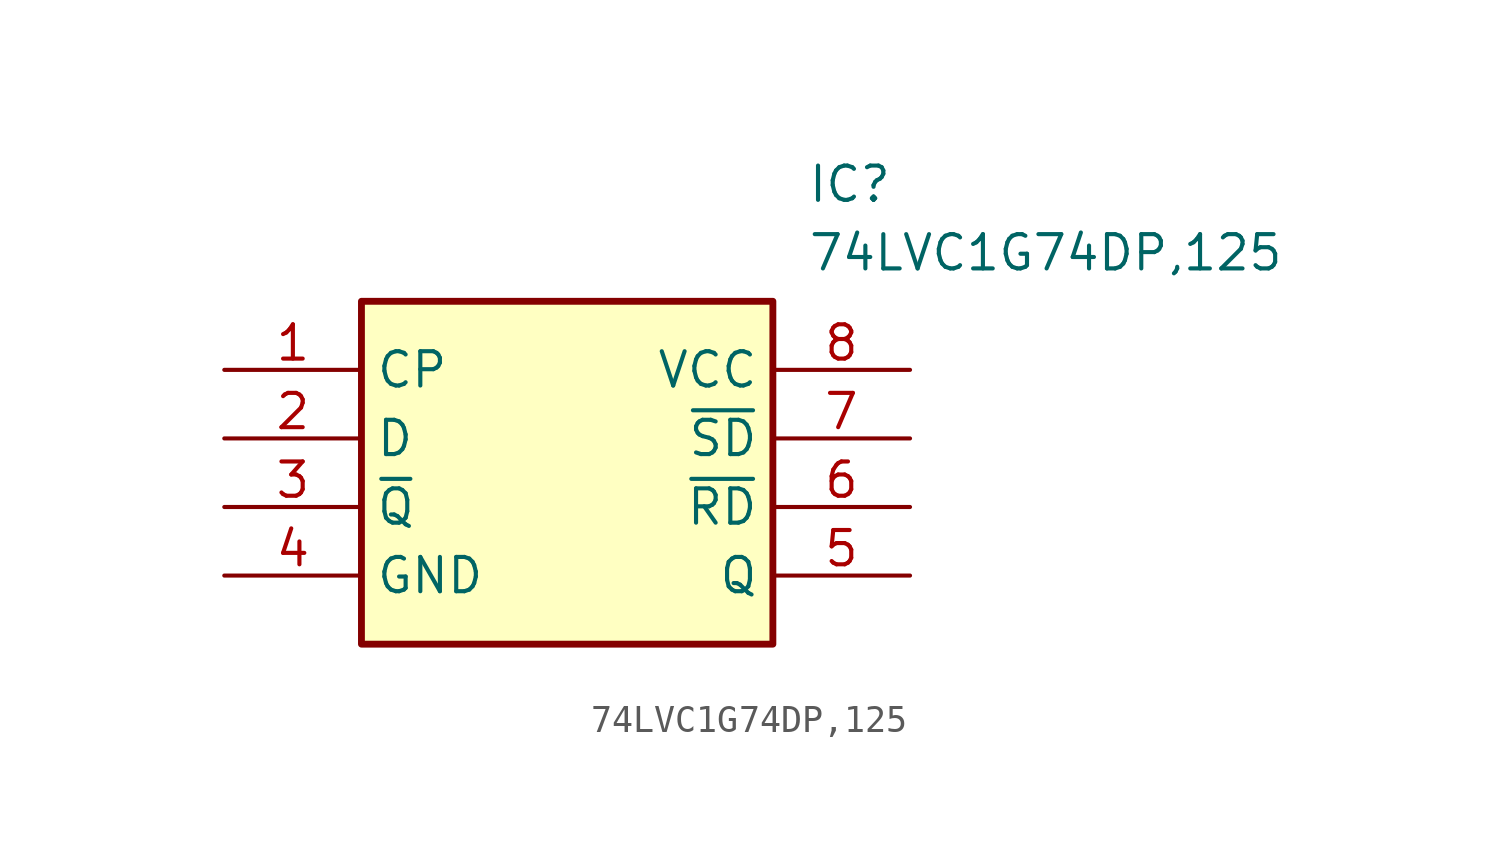
<source format=kicad_sym>
(kicad_symbol_lib
  (version 20220914)
  (generator SamacSys_ECAD_Model)
  (symbol "74LVC1G74DP,125"
    (property "Reference" "IC"
      (at 21.59 7.62 0)
      (effects (font (size 1.27 1.27)) (justify left top)))
    (property "Value" "74LVC1G74DP,125"
      (at 21.59 5.08 0)
      (effects (font (size 1.27 1.27)) (justify left top)))
    (rectangle
      (start 5.08 2.54)
      (end 20.32 -10.16)
      (stroke (width 0.254) (type default))
      (fill (type background)))
    (pin passive line
      (at 0 0 0)
      (length 5.08)
      (name "CP" (effects (font (size 1.27 1.27))))
      (number "1" (effects (font (size 1.27 1.27)))))
    (pin passive line
      (at 0 -2.54 0)
      (length 5.08)
      (name "D" (effects (font (size 1.27 1.27))))
      (number "2" (effects (font (size 1.27 1.27)))))
    (pin passive line
      (at 0 -5.08 0)
      (length 5.08)
      (name "~{Q}" (effects (font (size 1.27 1.27))))
      (number "3" (effects (font (size 1.27 1.27)))))
    (pin passive line
      (at 0 -7.62 0)
      (length 5.08)
      (name "GND" (effects (font (size 1.27 1.27))))
      (number "4" (effects (font (size 1.27 1.27)))))
    (pin passive line
      (at 25.4 0 180)
      (length 5.08)
      (name "VCC" (effects (font (size 1.27 1.27))))
      (number "8" (effects (font (size 1.27 1.27)))))
    (pin passive line
      (at 25.4 -2.54 180)
      (length 5.08)
      (name "~{SD}" (effects (font (size 1.27 1.27))))
      (number "7" (effects (font (size 1.27 1.27)))))
    (pin passive line
      (at 25.4 -5.08 180)
      (length 5.08)
      (name "~{RD}" (effects (font (size 1.27 1.27))))
      (number "6" (effects (font (size 1.27 1.27)))))
    (pin passive line
      (at 25.4 -7.62 180)
      (length 5.08)
      (name "Q" (effects (font (size 1.27 1.27))))
      (number "5" (effects (font (size 1.27 1.27)))))))
</source>
